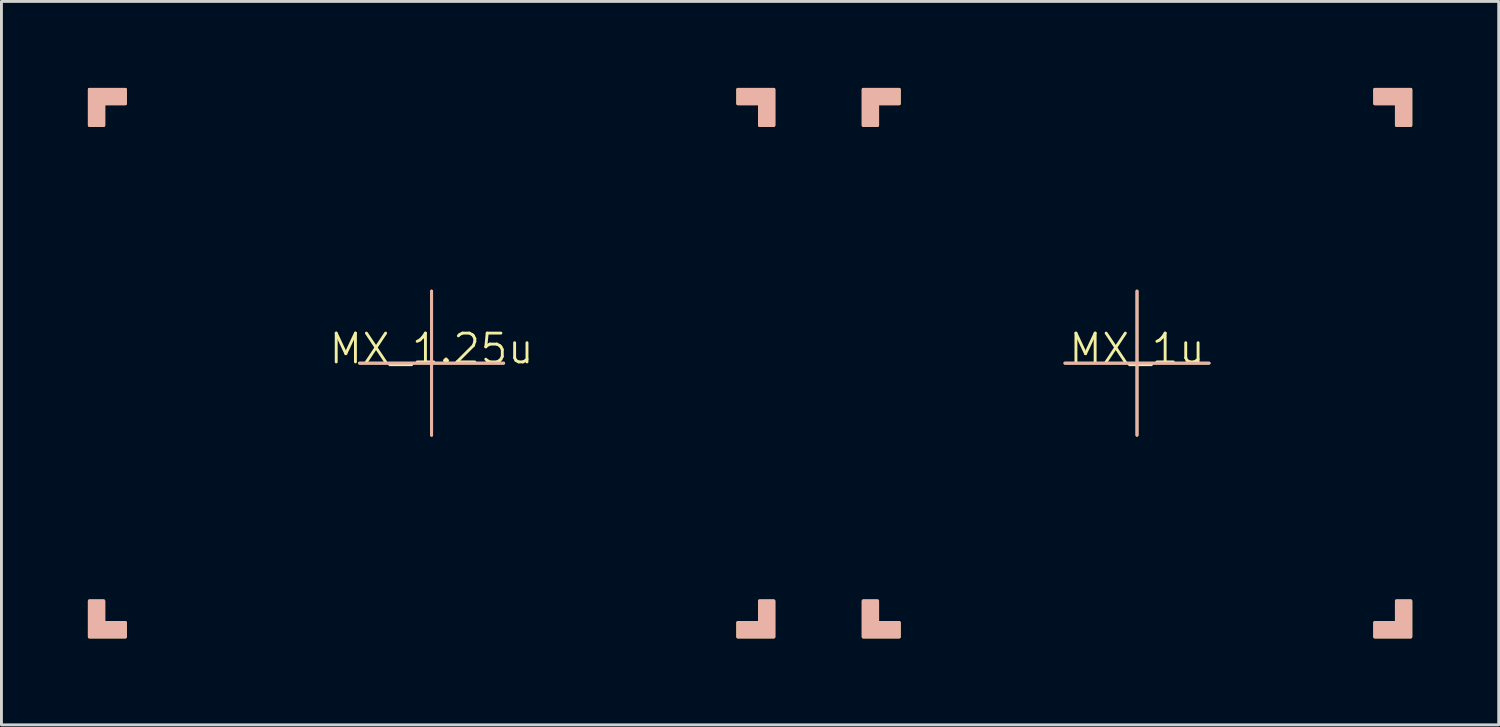
<source format=kicad_pcb>
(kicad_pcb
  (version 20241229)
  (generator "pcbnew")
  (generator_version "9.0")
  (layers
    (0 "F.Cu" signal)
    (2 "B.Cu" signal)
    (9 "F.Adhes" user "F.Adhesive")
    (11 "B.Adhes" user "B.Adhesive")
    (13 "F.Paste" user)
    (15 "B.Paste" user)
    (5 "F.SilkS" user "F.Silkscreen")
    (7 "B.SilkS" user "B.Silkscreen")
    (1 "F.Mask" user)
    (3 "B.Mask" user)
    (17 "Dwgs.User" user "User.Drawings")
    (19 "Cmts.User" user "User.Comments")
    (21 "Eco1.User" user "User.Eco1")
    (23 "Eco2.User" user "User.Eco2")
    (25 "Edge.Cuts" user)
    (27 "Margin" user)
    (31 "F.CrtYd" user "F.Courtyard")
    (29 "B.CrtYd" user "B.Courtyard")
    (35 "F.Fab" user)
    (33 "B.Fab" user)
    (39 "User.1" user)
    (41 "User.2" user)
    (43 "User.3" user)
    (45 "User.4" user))
  (footprint "MX_1u"
    (layer "F.Cu")
    (at 36.4 9.55)
    (property "Reference" "MX_1u" (at 0 -0.5 0) (unlocked yes) (layer "F.SilkS") (effects (font (size 1 1) (thickness 0.1))))
    (attr through_hole)
    (fp_line (start 0 0) (end -2.5 0) (stroke (width 0.1) (type default)) (layer "F.SilkS"))
    (fp_line (start 0 0) (end 0 -2.5) (stroke (width 0.1) (type default)) (layer "F.SilkS"))
    (fp_line (start 0 0) (end 0 2.5) (stroke (width 0.1) (type default)) (layer "F.SilkS"))
    (fp_line (start 0 0) (end 2.5 0) (stroke (width 0.1) (type default)) (layer "F.SilkS"))
    (fp_poly (pts (xy -9.5 -9.5) (xy -9.5 -8.25) (xy -9 -8.25) (xy -9 -9) (xy -8.25 -9) (xy -8.25 -9.5)) (stroke (width 0.1) (type solid)) (fill yes) (layer "F.SilkS"))
    (fp_poly (pts (xy -9.5 9.5) (xy -8.25 9.5) (xy -8.25 9) (xy -9 9) (xy -9 8.25) (xy -9.5 8.25)) (stroke (width 0.1) (type solid)) (fill yes) (layer "F.SilkS"))
    (fp_poly (pts (xy 9.5 -9.5) (xy 8.25 -9.5) (xy 8.25 -9) (xy 9 -9) (xy 9 -8.25) (xy 9.5 -8.25)) (stroke (width 0.1) (type solid)) (fill yes) (layer "F.SilkS"))
    (fp_poly (pts (xy 9.5 9.5) (xy 9.5 8.25) (xy 9 8.25) (xy 9 9) (xy 8.25 9) (xy 8.25 9.5)) (stroke (width 0.1) (type solid)) (fill yes) (layer "F.SilkS"))
    (fp_line (start 0 0) (end -2.5 0) (stroke (width 0.1) (type default)) (layer "B.SilkS"))
    (fp_line (start 0 0) (end 0 -2.5) (stroke (width 0.1) (type default)) (layer "B.SilkS"))
    (fp_line (start 0 0) (end 0 2.5) (stroke (width 0.1) (type default)) (layer "B.SilkS"))
    (fp_line (start 0 0) (end 2.5 0) (stroke (width 0.1) (type default)) (layer "B.SilkS"))
    (fp_poly (pts (xy -9.5 -9.5) (xy -8.25 -9.5) (xy -8.25 -9) (xy -9 -9) (xy -9 -8.25) (xy -9.5 -8.25)) (stroke (width 0.1) (type solid)) (fill yes) (layer "B.SilkS"))
    (fp_poly (pts (xy -9.5 9.5) (xy -9.5 8.25) (xy -9 8.25) (xy -9 9) (xy -8.25 9) (xy -8.25 9.5)) (stroke (width 0.1) (type solid)) (fill yes) (layer "B.SilkS"))
    (fp_poly (pts (xy 9.5 -9.5) (xy 9.5 -8.25) (xy 9 -8.25) (xy 9 -9) (xy 8.25 -9) (xy 8.25 -9.5)) (stroke (width 0.1) (type solid)) (fill yes) (layer "B.SilkS"))
    (fp_poly (pts (xy 9.5 9.5) (xy 8.25 9.5) (xy 8.25 9) (xy 9 9) (xy 9 8.25) (xy 9.5 8.25)) (stroke (width 0.1) (type solid)) (fill yes) (layer "B.SilkS")))
  (footprint "MX_1.25u"
    (layer "F.Cu")
    (at 11.925 9.55)
    (property "Reference" "MX_1.25u" (at 0 -0.5 0) (unlocked yes) (layer "F.SilkS") (effects (font (size 1 1) (thickness 0.1))))
    (attr through_hole)
    (fp_line (start 0 0) (end -2.5 0) (stroke (width 0.1) (type default)) (layer "F.SilkS"))
    (fp_line (start 0 0) (end 0 -2.5) (stroke (width 0.1) (type default)) (layer "F.SilkS"))
    (fp_line (start 0 0) (end 0 2.5) (stroke (width 0.1) (type default)) (layer "F.SilkS"))
    (fp_line (start 0 0) (end 2.5 0) (stroke (width 0.1) (type default)) (layer "F.SilkS"))
    (fp_poly (pts (xy -11.875 -9.5) (xy -11.875 -8.25) (xy -11.375 -8.25) (xy -11.375 -9) (xy -10.625 -9) (xy -10.625 -9.5)) (stroke (width 0.1) (type solid)) (fill yes) (layer "F.SilkS"))
    (fp_poly (pts (xy -11.875 9.5) (xy -10.625 9.5) (xy -10.625 9) (xy -11.375 9) (xy -11.375 8.25) (xy -11.875 8.25)) (stroke (width 0.1) (type solid)) (fill yes) (layer "F.SilkS"))
    (fp_poly (pts (xy 11.875 -9.5) (xy 10.625 -9.5) (xy 10.625 -9) (xy 11.375 -9) (xy 11.375 -8.25) (xy 11.875 -8.25)) (stroke (width 0.1) (type solid)) (fill yes) (layer "F.SilkS"))
    (fp_poly (pts (xy 11.875 9.5) (xy 11.875 8.25) (xy 11.375 8.25) (xy 11.375 9) (xy 10.625 9) (xy 10.625 9.5)) (stroke (width 0.1) (type solid)) (fill yes) (layer "F.SilkS"))
    (fp_line (start 0 0) (end -2.5 0) (stroke (width 0.1) (type default)) (layer "B.SilkS"))
    (fp_line (start 0 0) (end 0 -2.5) (stroke (width 0.1) (type default)) (layer "B.SilkS"))
    (fp_line (start 0 0) (end 0 2.5) (stroke (width 0.1) (type default)) (layer "B.SilkS"))
    (fp_line (start 0 0) (end 2.5 0) (stroke (width 0.1) (type default)) (layer "B.SilkS"))
    (fp_poly (pts (xy -11.875 -9.5) (xy -10.625 -9.5) (xy -10.625 -9) (xy -11.375 -9) (xy -11.375 -8.25) (xy -11.875 -8.25)) (stroke (width 0.1) (type solid)) (fill yes) (layer "B.SilkS"))
    (fp_poly (pts (xy -11.875 9.5) (xy -11.875 8.25) (xy -11.375 8.25) (xy -11.375 9) (xy -10.625 9) (xy -10.625 9.5)) (stroke (width 0.1) (type solid)) (fill yes) (layer "B.SilkS"))
    (fp_poly (pts (xy 11.875 -9.5) (xy 11.875 -8.25) (xy 11.375 -8.25) (xy 11.375 -9) (xy 10.625 -9) (xy 10.625 -9.5)) (stroke (width 0.1) (type solid)) (fill yes) (layer "B.SilkS"))
    (fp_poly (pts (xy 11.875 9.5) (xy 10.625 9.5) (xy 10.625 9) (xy 11.375 9) (xy 11.375 8.25) (xy 11.875 8.25)) (stroke (width 0.1) (type solid)) (fill yes) (layer "B.SilkS")))
  (gr_rect
    (start -3 -3)
    (end 48.95 22.1)
    (stroke (width 0.1) (type default))
    (fill no)
    (layer "Edge.Cuts")))
</source>
